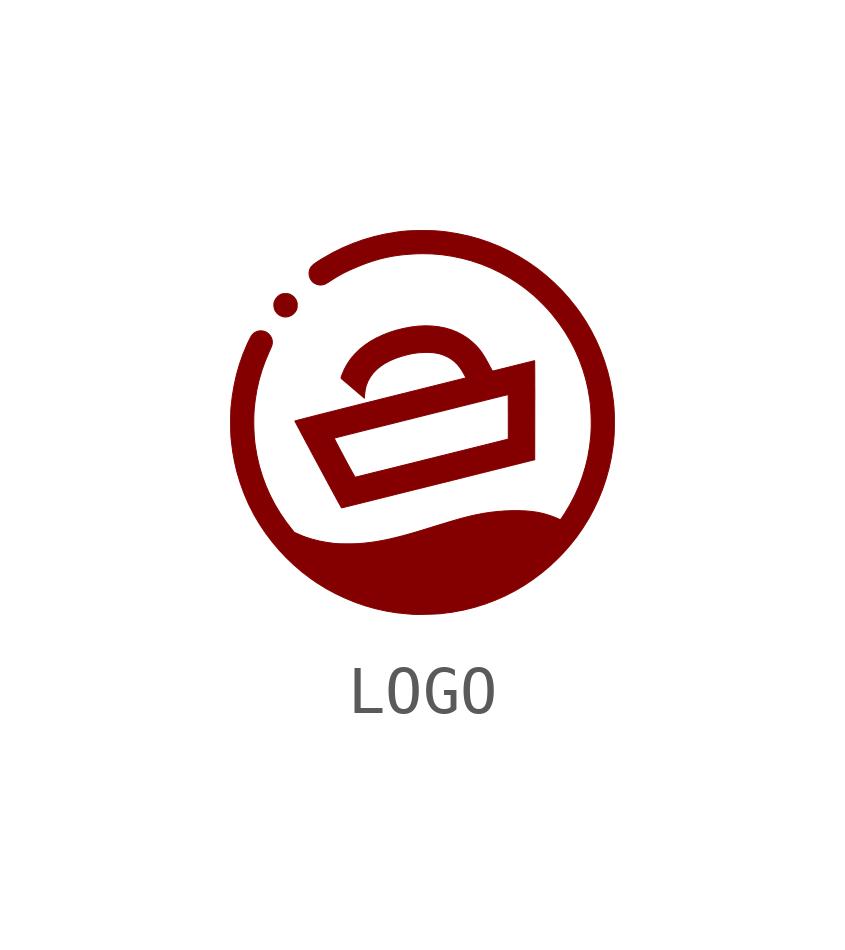
<source format=kicad_sym>
(kicad_symbol_lib
  (version 20220914)
  (generator bitmap2component)
  (symbol "LOGO"
    (pin_names
      (offset 1.016))
    (property "Reference" "#G"
      (at 0 3.365 0)
      (effects (font (size 1.27 1.27)) hide))
    (symbol "LOGO_0_0"
      (polyline (pts (xy -0.084 -3.998) (xy -0.033 -3.997) (xy 0.023 -3.997) (xy 0.081 -3.995) (xy 0.139 -3.994) (xy 0.196 -3.992) (xy 0.249 -3.99) (xy 0.295 -3.988) (xy 0.334 -3.986) (xy 0.363 -3.984) (xy 0.391 -3.981) (xy 0.623 -3.951) (xy 0.852 -3.908) (xy 1.075 -3.853) (xy 1.294 -3.785) (xy 1.508 -3.705) (xy 1.716 -3.614) (xy 1.918 -3.51) (xy 2.115 -3.395) (xy 2.304 -3.268) (xy 2.488 -3.13) (xy 2.664 -2.981) (xy 2.833 -2.82) (xy 2.912 -2.739) (xy 3.065 -2.567) (xy 3.208 -2.388) (xy 3.339 -2.201) (xy 3.459 -2.008) (xy 3.567 -1.809) (xy 3.664 -1.605) (xy 3.749 -1.395) (xy 3.822 -1.18) (xy 3.883 -0.962) (xy 3.931 -0.739) (xy 3.966 -0.514) (xy 3.967 -0.506) (xy 3.975 -0.439) (xy 3.982 -0.379) (xy 3.987 -0.322) (xy 3.991 -0.267) (xy 3.993 -0.21) (xy 3.995 -0.149) (xy 3.996 -0.08) (xy 3.996 0) (xy 3.996 0.009) (xy 3.996 0.088) (xy 3.995 0.156) (xy 3.993 0.217) (xy 3.99 0.273) (xy 3.987 0.328) (xy 3.981 0.385) (xy 3.975 0.446) (xy 3.966 0.514) (xy 3.95 0.628) (xy 3.909 0.851) (xy 3.854 1.071) (xy 3.787 1.288) (xy 3.708 1.501) (xy 3.617 1.709) (xy 3.514 1.911) (xy 3.4 2.108) (xy 3.274 2.297) (xy 3.198 2.401) (xy 3.054 2.581) (xy 2.901 2.752) (xy 2.739 2.913) (xy 2.569 3.064) (xy 2.392 3.205) (xy 2.207 3.335) (xy 2.016 3.454) (xy 1.818 3.563) (xy 1.614 3.66) (xy 1.404 3.745) (xy 1.19 3.819) (xy 0.971 3.88) (xy 0.747 3.929) (xy 0.52 3.966) (xy 0.502 3.968) (xy 0.438 3.976) (xy 0.38 3.982) (xy 0.324 3.987) (xy 0.268 3.991) (xy 0.209 3.994) (xy 0.145 3.995) (xy 0.073 3.996) (xy -0.01 3.996) (xy -0.026 3.996) (xy -0.11 3.996) (xy -0.183 3.994) (xy -0.249 3.992) (xy -0.31 3.989) (xy -0.37 3.984) (xy -0.432 3.978) (xy -0.497 3.97) (xy -0.569 3.959) (xy -0.788 3.922) (xy -1.011 3.87) (xy -1.231 3.806) (xy -1.447 3.729) (xy -1.658 3.64) (xy -1.864 3.539) (xy -2.063 3.426) (xy -2.124 3.39) (xy -2.18 3.354) (xy -2.226 3.323) (xy -2.263 3.295) (xy -2.293 3.269) (xy -2.316 3.244) (xy -2.333 3.22) (xy -2.345 3.195) (xy -2.354 3.168) (xy -2.36 3.138) (xy -2.363 3.107) (xy -2.358 3.052) (xy -2.34 2.999) (xy -2.309 2.949) (xy -2.282 2.921) (xy -2.244 2.895) (xy -2.2 2.875) (xy -2.154 2.864) (xy -2.11 2.862) (xy -2.084 2.866) (xy -2.058 2.872) (xy -2.032 2.881) (xy -2.003 2.895) (xy -1.969 2.916) (xy -1.927 2.943) (xy -1.899 2.961) (xy -1.814 3.015) (xy -1.732 3.063) (xy -1.651 3.108) (xy -1.565 3.15) (xy -1.47 3.193) (xy -1.338 3.25) (xy -1.185 3.31) (xy -1.036 3.361) (xy -0.89 3.404) (xy -0.745 3.439) (xy -0.598 3.467) (xy -0.447 3.488) (xy -0.289 3.503) (xy -0.123 3.513) (xy -0.014 3.515) (xy 0.197 3.511) (xy 0.407 3.493) (xy 0.615 3.462) (xy 0.821 3.419) (xy 1.024 3.364) (xy 1.224 3.297) (xy 1.419 3.217) (xy 1.609 3.126) (xy 1.794 3.024) (xy 1.973 2.91) (xy 2.145 2.786) (xy 2.31 2.651) (xy 2.321 2.642) (xy 2.365 2.601) (xy 2.414 2.554) (xy 2.466 2.503) (xy 2.519 2.45) (xy 2.569 2.398) (xy 2.615 2.349) (xy 2.652 2.307) (xy 2.709 2.24) (xy 2.843 2.067) (xy 2.966 1.888) (xy 3.076 1.704) (xy 3.175 1.514) (xy 3.261 1.318) (xy 3.335 1.117) (xy 3.397 0.911) (xy 3.446 0.7) (xy 3.483 0.483) (xy 3.484 0.475) (xy 3.496 0.375) (xy 3.505 0.265) (xy 3.511 0.15) (xy 3.514 0.033) (xy 3.514 -0.082) (xy 3.51 -0.192) (xy 3.504 -0.293) (xy 3.48 -0.503) (xy 3.443 -0.717) (xy 3.393 -0.925) (xy 3.331 -1.129) (xy 3.257 -1.328) (xy 3.17 -1.523) (xy 3.07 -1.714) (xy 2.958 -1.901) (xy 2.947 -1.917) (xy 2.926 -1.948) (xy 2.908 -1.976) (xy 2.894 -1.997) (xy 2.885 -2.009) (xy 2.87 -2.027) (xy 2.807 -1.998) (xy 2.803 -1.996) (xy 2.763 -1.979) (xy 2.714 -1.96) (xy 2.659 -1.941) (xy 2.604 -1.923) (xy 2.551 -1.907) (xy 2.503 -1.894) (xy 2.498 -1.893) (xy 2.388 -1.87) (xy 2.268 -1.853) (xy 2.139 -1.842) (xy 2.003 -1.837) (xy 1.861 -1.837) (xy 1.716 -1.843) (xy 1.567 -1.854) (xy 1.418 -1.871) (xy 1.27 -1.893) (xy 1.123 -1.921) (xy 1.104 -1.925) (xy 1.052 -1.937) (xy 0.999 -1.949) (xy 0.946 -1.962) (xy 0.89 -1.976) (xy 0.831 -1.991) (xy 0.768 -2.009) (xy 0.7 -2.028) (xy 0.625 -2.05) (xy 0.543 -2.074) (xy 0.453 -2.102) (xy 0.353 -2.132) (xy 0.242 -2.166) (xy 0.12 -2.204) (xy -0.007 -2.243) (xy -0.157 -2.288) (xy -0.296 -2.328) (xy -0.427 -2.364) (xy -0.549 -2.395) (xy -0.666 -2.423) (xy -0.776 -2.447) (xy -0.883 -2.467) (xy -0.986 -2.485) (xy -1.088 -2.499) (xy -1.189 -2.511) (xy -1.29 -2.521) (xy -1.32 -2.523) (xy -1.371 -2.525) (xy -1.429 -2.527) (xy -1.491 -2.528) (xy -1.556 -2.528) (xy -1.621 -2.528) (xy -1.682 -2.527) (xy -1.738 -2.526) (xy -1.786 -2.523) (xy -1.823 -2.521) (xy -1.996 -2.498) (xy -2.164 -2.466) (xy -2.324 -2.424) (xy -2.474 -2.374) (xy -2.615 -2.314) (xy -2.673 -2.286) (xy -2.748 -2.191) (xy -2.843 -2.067) (xy -2.966 -1.888) (xy -3.076 -1.704) (xy -3.175 -1.513) (xy -3.261 -1.318) (xy -3.335 -1.117) (xy -3.397 -0.911) (xy -3.446 -0.699) (xy -3.483 -0.483) (xy -3.484 -0.479) (xy -3.496 -0.378) (xy -3.505 -0.267) (xy -3.511 -0.15) (xy -3.514 -0.032) (xy -3.514 0.084) (xy -3.51 0.195) (xy -3.503 0.297) (xy -3.482 0.483) (xy -3.447 0.691) (xy -3.4 0.895) (xy -3.341 1.095) (xy -3.269 1.294) (xy -3.184 1.492) (xy -3.17 1.522) (xy -3.153 1.562) (xy -3.14 1.594) (xy -3.133 1.621) (xy -3.128 1.645) (xy -3.127 1.668) (xy -3.129 1.693) (xy -3.131 1.715) (xy -3.144 1.76) (xy -3.167 1.801) (xy -3.201 1.841) (xy -3.214 1.853) (xy -3.256 1.883) (xy -3.302 1.901) (xy -3.355 1.908) (xy -3.368 1.908) (xy -3.406 1.906) (xy -3.44 1.898) (xy -3.475 1.883) (xy -3.495 1.871) (xy -3.516 1.857) (xy -3.534 1.839) (xy -3.553 1.817) (xy -3.571 1.789) (xy -3.591 1.753) (xy -3.614 1.708) (xy -3.641 1.651) (xy -3.657 1.617) (xy -3.74 1.418) (xy -3.812 1.213) (xy -3.873 1) (xy -3.922 0.781) (xy -3.961 0.554) (xy -3.988 0.32) (xy -3.99 0.285) (xy -3.993 0.235) (xy -3.994 0.176) (xy -3.996 0.111) (xy -3.996 0.041) (xy -3.996 -0.029) (xy -3.996 -0.099) (xy -3.995 -0.166) (xy -3.993 -0.226) (xy -3.991 -0.278) (xy -3.988 -0.32) (xy -3.983 -0.371) (xy -3.955 -0.599) (xy -3.915 -0.82) (xy -3.864 -1.037) (xy -3.8 -1.249) (xy -3.725 -1.459) (xy -3.637 -1.667) (xy -3.605 -1.736) (xy -3.504 -1.931) (xy -3.391 -2.122) (xy -3.267 -2.307) (xy -3.132 -2.485) (xy -2.987 -2.657) (xy -2.833 -2.821) (xy -2.67 -2.976) (xy -2.499 -3.122) (xy -2.32 -3.257) (xy -2.2 -3.34) (xy -2.01 -3.458) (xy -1.812 -3.565) (xy -1.609 -3.661) (xy -1.402 -3.746) (xy -1.19 -3.819) (xy -0.975 -3.88) (xy -0.758 -3.928) (xy -0.539 -3.964) (xy -0.32 -3.986) (xy -0.31 -3.987) (xy -0.273 -3.99) (xy -0.239 -3.993) (xy -0.211 -3.995) (xy -0.193 -3.996) (xy -0.189 -3.996) (xy -0.164 -3.997) (xy -0.128 -3.998) (xy -0.084 -3.998)) (stroke (width 0.01) (type default)) (fill (type outline)))
      (polyline (pts (xy -1.682 -1.779) (xy -1.67 -1.776) (xy -1.645 -1.77) (xy -1.608 -1.761) (xy -1.56 -1.749) (xy -1.502 -1.735) (xy -1.433 -1.717) (xy -1.354 -1.698) (xy -1.266 -1.676) (xy -1.17 -1.652) (xy -1.065 -1.626) (xy -0.952 -1.598) (xy -0.832 -1.568) (xy -0.705 -1.536) (xy -0.572 -1.503) (xy -0.434 -1.468) (xy -0.289 -1.432) (xy -0.141 -1.395) (xy 0.013 -1.357) (xy 0.17 -1.318) (xy 0.33 -1.278) (xy 2.337 -0.776) (xy 2.338 0.255) (xy 2.338 0.308) (xy 2.338 0.423) (xy 2.339 0.533) (xy 2.339 0.639) (xy 2.338 0.74) (xy 2.338 0.834) (xy 2.338 0.921) (xy 2.338 1.001) (xy 2.338 1.073) (xy 2.337 1.135) (xy 2.337 1.188) (xy 2.337 1.23) (xy 2.336 1.261) (xy 2.336 1.28) (xy 2.335 1.286) (xy 2.333 1.286) (xy 2.319 1.283) (xy 2.294 1.277) (xy 2.259 1.268) (xy 2.215 1.257) (xy 2.162 1.244) (xy 2.103 1.229) (xy 2.038 1.213) (xy 1.967 1.196) (xy 1.893 1.177) (xy 1.853 1.167) (xy 1.781 1.149) (xy 1.714 1.132) (xy 1.652 1.117) (xy 1.596 1.103) (xy 1.549 1.091) (xy 1.51 1.082) (xy 1.481 1.075) (xy 1.463 1.07) (xy 1.456 1.069) (xy 1.455 1.072) (xy 1.448 1.085) (xy 1.436 1.106) (xy 1.42 1.136) (xy 1.401 1.171) (xy 1.38 1.21) (xy 1.35 1.266) (xy 1.309 1.338) (xy 1.27 1.401) (xy 1.234 1.457) (xy 1.197 1.507) (xy 1.159 1.553) (xy 1.119 1.597) (xy 1.075 1.64) (xy 1.046 1.667) (xy 0.947 1.749) (xy 0.839 1.819) (xy 0.725 1.879) (xy 0.604 1.928) (xy 0.476 1.966) (xy 0.343 1.992) (xy 0.204 2.008) (xy 0.061 2.013) (xy -0.088 2.006) (xy -0.24 1.988) (xy -0.397 1.958) (xy -0.557 1.918) (xy -0.679 1.879) (xy -0.824 1.823) (xy -0.96 1.759) (xy -1.087 1.688) (xy -1.203 1.609) (xy -1.31 1.523) (xy -1.405 1.43) (xy -1.49 1.331) (xy -1.563 1.225) (xy -1.626 1.112) (xy -1.676 0.994) (xy -1.684 0.972) (xy -1.692 0.948) (xy -1.696 0.932) (xy -1.696 0.922) (xy -1.692 0.917) (xy -1.687 0.912) (xy -1.672 0.899) (xy -1.649 0.879) (xy -1.618 0.853) (xy -1.582 0.822) (xy -1.54 0.787) (xy -1.495 0.748) (xy -1.447 0.707) (xy -1.21 0.506) (xy -1.208 0.538) (xy -1.208 0.544) (xy -1.204 0.599) (xy -1.196 0.655) (xy -1.187 0.708) (xy -1.176 0.753) (xy -1.169 0.775) (xy -1.133 0.866) (xy -1.084 0.952) (xy -1.024 1.032) (xy -0.952 1.106) (xy -0.869 1.174) (xy -0.774 1.236) (xy -0.668 1.291) (xy -0.551 1.34) (xy -0.423 1.382) (xy -0.363 1.399) (xy -0.279 1.42) (xy -0.201 1.436) (xy -0.125 1.447) (xy -0.045 1.454) (xy 0.04 1.458) (xy 0.111 1.459) (xy 0.2 1.455) (xy 0.281 1.445) (xy 0.356 1.429) (xy 0.427 1.407) (xy 0.497 1.377) (xy 0.544 1.353) (xy 0.597 1.321) (xy 0.647 1.284) (xy 0.699 1.237) (xy 0.726 1.21) (xy 0.775 1.149) (xy 0.824 1.077) (xy 0.872 0.993) (xy 0.906 0.929) (xy -0.877 0.483) (xy -0.96 0.462) (xy -1.145 0.416) (xy -1.321 0.372) (xy -1.487 0.33) (xy -1.643 0.291) (xy -1.788 0.254) (xy -1.923 0.22) (xy -2.047 0.189) (xy -2.161 0.16) (xy -2.263 0.134) (xy -2.354 0.11) (xy -2.434 0.09) (xy -2.502 0.072) (xy -2.558 0.058) (xy -2.602 0.046) (xy -2.633 0.037) (xy -2.652 0.032) (xy -2.659 0.029) (xy -2.658 0.028) (xy -2.652 0.017) (xy -2.641 -0.004) (xy -2.624 -0.036) (xy -2.602 -0.078) (xy -2.575 -0.129) (xy -2.544 -0.187) (xy -2.509 -0.254) (xy -2.469 -0.327) (xy -2.469 -0.328) (xy -1.835 -0.328) (xy -1.834 -0.325) (xy -1.829 -0.324) (xy -1.812 -0.319) (xy -1.783 -0.312) (xy -1.743 -0.302) (xy -1.692 -0.289) (xy -1.632 -0.274) (xy -1.562 -0.256) (xy -1.484 -0.236) (xy -1.397 -0.215) (xy -1.304 -0.191) (xy -1.204 -0.166) (xy -1.097 -0.139) (xy -0.985 -0.111) (xy -0.869 -0.082) (xy -0.748 -0.052) (xy -0.623 -0.021) (xy -0.496 0.011) (xy -0.366 0.044) (xy -0.235 0.076) (xy -0.103 0.11) (xy 0.029 0.143) (xy 0.162 0.176) (xy 0.293 0.209) (xy 0.423 0.241) (xy 0.551 0.273) (xy 0.676 0.304) (xy 0.797 0.335) (xy 0.915 0.364) (xy 1.027 0.392) (xy 1.135 0.419) (xy 1.236 0.444) (xy 1.331 0.468) (xy 1.419 0.49) (xy 1.498 0.51) (xy 1.57 0.527) (xy 1.632 0.543) (xy 1.684 0.556) (xy 1.726 0.566) (xy 1.757 0.574) (xy 1.776 0.579) (xy 1.783 0.58) (xy 1.784 0.577) (xy 1.784 0.562) (xy 1.785 0.535) (xy 1.785 0.498) (xy 1.786 0.452) (xy 1.786 0.398) (xy 1.786 0.336) (xy 1.786 0.267) (xy 1.787 0.194) (xy 1.787 0.117) (xy 1.787 -0.346) (xy 1.762 -0.353) (xy 1.762 -0.353) (xy 1.752 -0.355) (xy 1.731 -0.361) (xy 1.697 -0.369) (xy 1.653 -0.38) (xy 1.598 -0.394) (xy 1.532 -0.41) (xy 1.458 -0.429) (xy 1.374 -0.45) (xy 1.282 -0.473) (xy 1.182 -0.498) (xy 1.075 -0.524) (xy 0.961 -0.553) (xy 0.841 -0.583) (xy 0.716 -0.614) (xy 0.586 -0.646) (xy 0.451 -0.68) (xy 0.313 -0.714) (xy 0.171 -0.75) (xy 0.161 -0.752) (xy 0.02 -0.787) (xy -0.118 -0.822) (xy -0.252 -0.855) (xy -0.381 -0.887) (xy -0.505 -0.918) (xy -0.624 -0.948) (xy -0.737 -0.976) (xy -0.842 -1.002) (xy -0.94 -1.026) (xy -1.031 -1.048) (xy -1.113 -1.069) (xy -1.186 -1.087) (xy -1.249 -1.103) (xy -1.302 -1.116) (xy -1.345 -1.126) (xy -1.376 -1.134) (xy -1.395 -1.138) (xy -1.403 -1.14) (xy -1.405 -1.138) (xy -1.413 -1.125) (xy -1.426 -1.102) (xy -1.444 -1.07) (xy -1.467 -1.029) (xy -1.494 -0.981) (xy -1.523 -0.927) (xy -1.556 -0.867) (xy -1.591 -0.803) (xy -1.627 -0.735) (xy -1.646 -0.699) (xy -1.687 -0.623) (xy -1.722 -0.557) (xy -1.751 -0.502) (xy -1.776 -0.455) (xy -1.795 -0.417) (xy -1.81 -0.387) (xy -1.822 -0.363) (xy -1.829 -0.346) (xy -1.833 -0.335) (xy -1.835 -0.328) (xy -2.469 -0.328) (xy -2.427 -0.407) (xy -2.381 -0.492) (xy -2.333 -0.583) (xy -2.282 -0.678) (xy -2.229 -0.777) (xy -2.174 -0.879) (xy -2.153 -0.918) (xy -2.099 -1.019) (xy -2.047 -1.116) (xy -1.996 -1.21) (xy -1.949 -1.298) (xy -1.904 -1.381) (xy -1.862 -1.458) (xy -1.824 -1.528) (xy -1.79 -1.591) (xy -1.76 -1.646) (xy -1.734 -1.692) (xy -1.713 -1.73) (xy -1.698 -1.757) (xy -1.688 -1.774) (xy -1.684 -1.78) (xy -1.682 -1.779)) (stroke (width 0.01) (type default)) (fill (type outline)))
      (polyline (pts (xy -2.787 2.206) (xy -2.738 2.226) (xy -2.693 2.256) (xy -2.656 2.294) (xy -2.627 2.34) (xy -2.625 2.345) (xy -2.617 2.365) (xy -2.613 2.384) (xy -2.611 2.408) (xy -2.61 2.44) (xy -2.61 2.453) (xy -2.611 2.482) (xy -2.614 2.503) (xy -2.62 2.522) (xy -2.629 2.544) (xy -2.634 2.553) (xy -2.664 2.598) (xy -2.704 2.636) (xy -2.75 2.665) (xy -2.759 2.669) (xy -2.779 2.676) (xy -2.798 2.681) (xy -2.821 2.683) (xy -2.853 2.683) (xy -2.862 2.683) (xy -2.892 2.683) (xy -2.914 2.68) (xy -2.933 2.675) (xy -2.953 2.666) (xy -2.964 2.661) (xy -3.009 2.63) (xy -3.046 2.589) (xy -3.075 2.542) (xy -3.085 2.518) (xy -3.092 2.497) (xy -3.095 2.474) (xy -3.096 2.443) (xy -3.094 2.412) (xy -3.084 2.362) (xy -3.064 2.318) (xy -3.033 2.277) (xy -2.999 2.246) (xy -2.951 2.218) (xy -2.9 2.2) (xy -2.892 2.199) (xy -2.839 2.196) (xy -2.787 2.206)) (stroke (width 0.01) (type default)) (fill (type outline))))))
</source>
